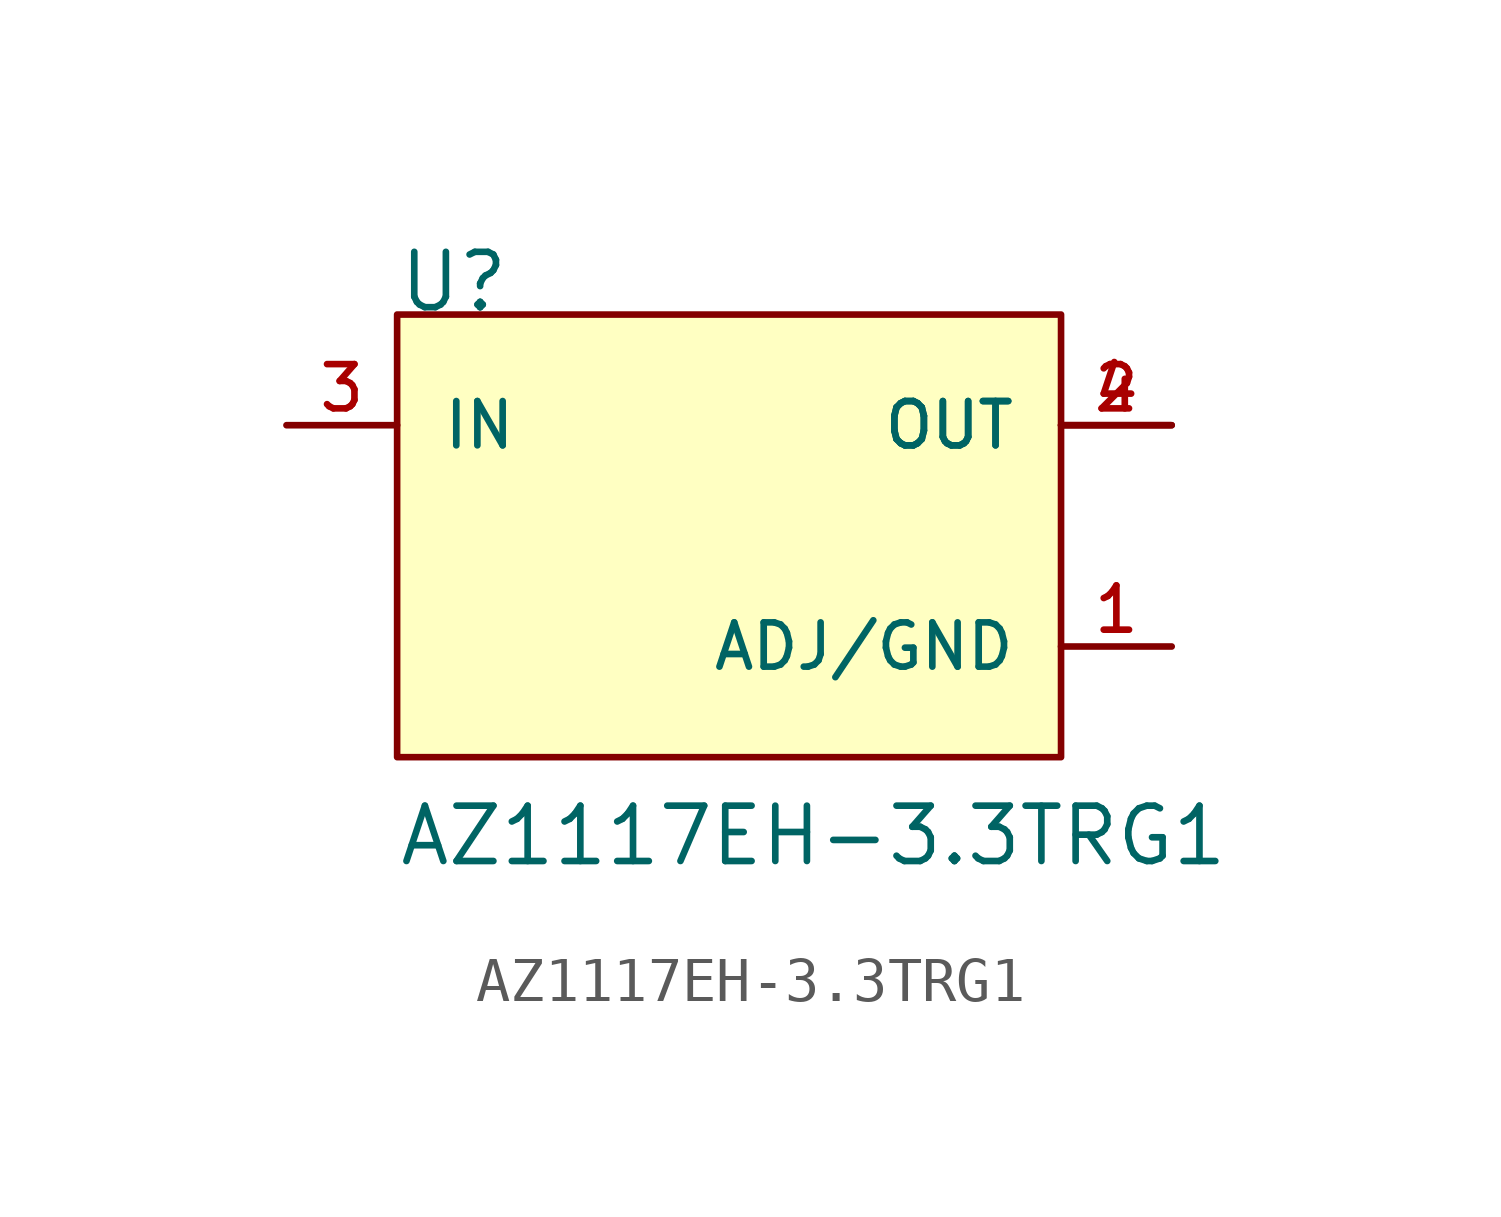
<source format=kicad_sym>
(kicad_symbol_lib
  (version 20211014)
  (generator kicad_symbol_editor)
  (symbol "AZ1117EH-3.3TRG1"
    (pin_names
      (offset 1.016))
    (property "Reference" "U"
      (at -7.629 5.086 0)
      (effects (font (size 1.27 1.27)) (justify bottom left)))
    (property "Value" "AZ1117EH-3.3TRG1"
      (at -7.627 -7.627 0)
      (effects (font (size 1.27 1.27)) (justify bottom left)))
    (symbol "AZ1117EH-3.3TRG1_0_0"
      (rectangle (start -7.62 -5.08) (end 7.62 5.08) (stroke (width 0.152)) (fill (type background)))
      (pin input line (at -10.16 2.54 0) (length 2.54) (name "IN" (effects (font (size 1.016 1.016)))) (number "3" (effects (font (size 1.016 1.016)))))
      (pin power_in line (at 10.16 -2.54 180.0) (length 2.54) (name "ADJ/GND" (effects (font (size 1.016 1.016)))) (number "1" (effects (font (size 1.016 1.016)))))
      (pin output line (at 10.16 2.54 180.0) (length 2.54) (name "OUT" (effects (font (size 1.016 1.016)))) (number "2" (effects (font (size 1.016 1.016)))))
      (pin output line (at 10.16 2.54 180.0) (length 2.54) (name "OUT" (effects (font (size 1.016 1.016)))) (number "4" (effects (font (size 1.016 1.016))))))))
</source>
